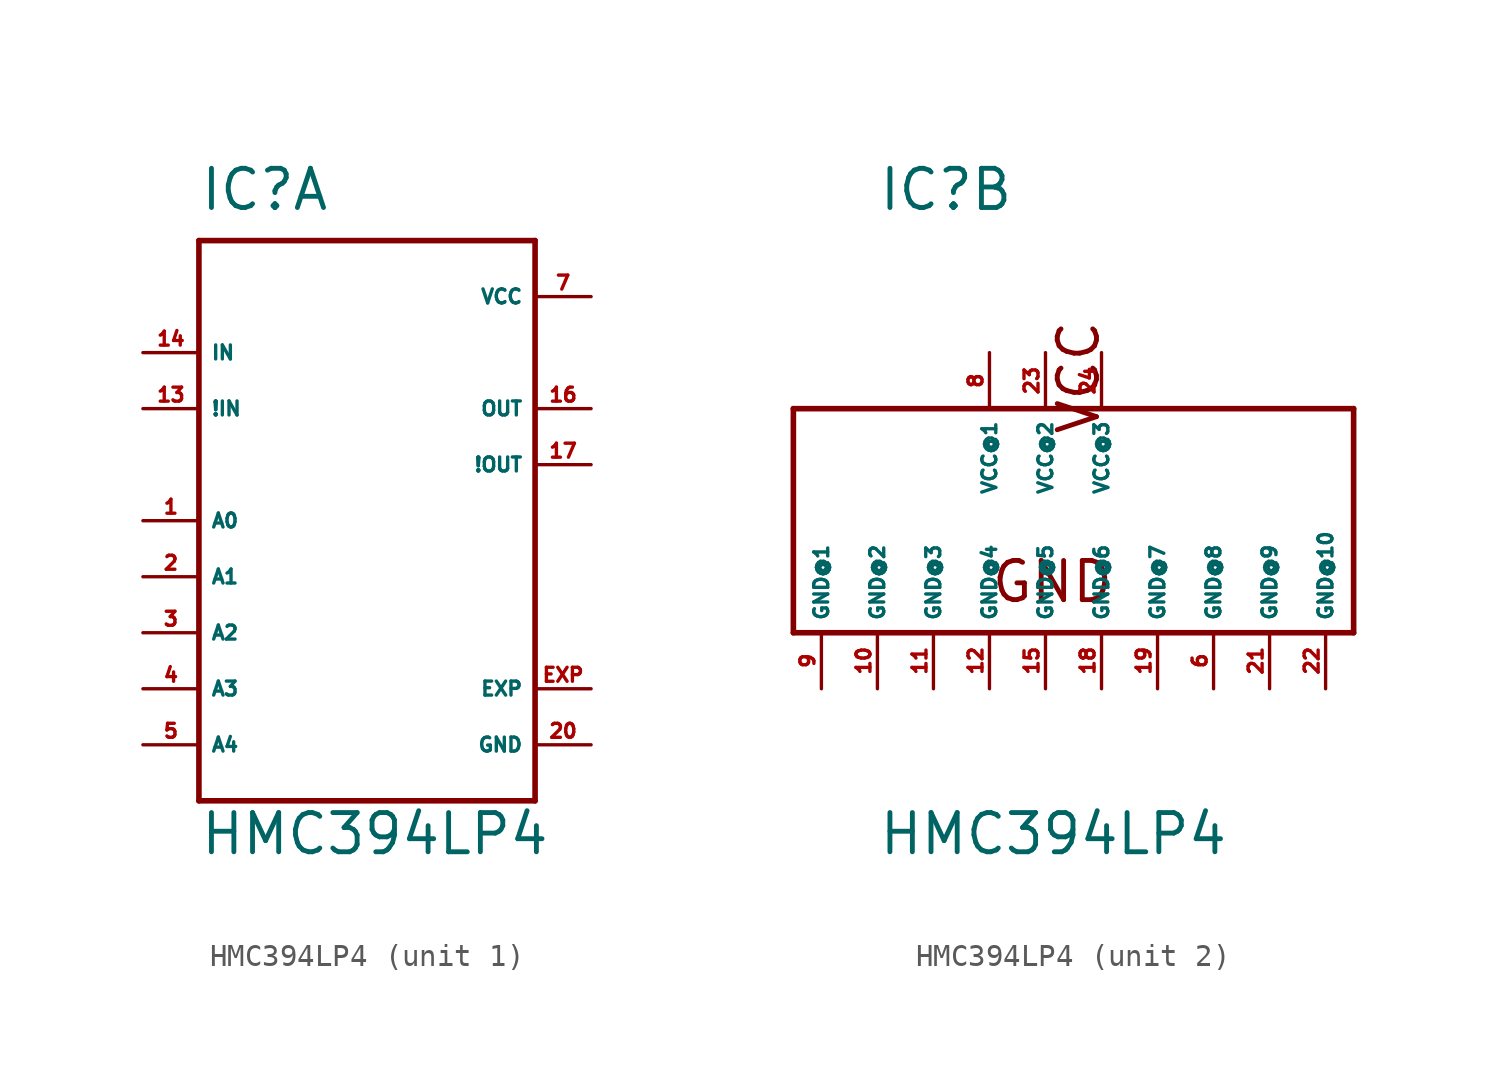
<source format=kicad_sym>
(kicad_symbol_lib
  (version 20220914)
  (generator Eagle2Kicad)
  (symbol "HMC394LP4"
    (property "Reference" "IC"
      (at -7.62 13.97 0)
      (effects (font (size 1.778 1.778) (thickness 0.22)) (justify left bottom)))
    (property "Value" "HMC394LP4"
      (at -7.62 -15.24 0)
      (effects (font (size 1.778 1.778) (thickness 0.22)) (justify left bottom)))
    (symbol "HMC394LP4_1_0"
      (polyline (pts (xy -7.62 12.7) (xy 7.62 12.7)) (stroke (width 0.254) (type default)) (fill (type none)))
      (polyline (pts (xy 7.62 12.7) (xy 7.62 -12.7)) (stroke (width 0.254) (type default)) (fill (type none)))
      (polyline (pts (xy 7.62 -12.7) (xy -7.62 -12.7)) (stroke (width 0.254) (type default)) (fill (type none)))
      (polyline (pts (xy -7.62 -12.7) (xy -7.62 12.7)) (stroke (width 0.254) (type default)) (fill (type none)))
      (pin input line (at -10.16 0 0) (length 2.54) (name "A0" (effects (font (size 0.635 0.635) (thickness 0.08)) (justify left bottom))) (number "1" (effects (font (size 0.635 0.635) (thickness 0.08)) (justify left bottom))))
      (pin input line (at -10.16 -2.54 0) (length 2.54) (name "A1" (effects (font (size 0.635 0.635) (thickness 0.08)) (justify left bottom))) (number "2" (effects (font (size 0.635 0.635) (thickness 0.08)) (justify left bottom))))
      (pin input line (at -10.16 -5.08 0) (length 2.54) (name "A2" (effects (font (size 0.635 0.635) (thickness 0.08)) (justify left bottom))) (number "3" (effects (font (size 0.635 0.635) (thickness 0.08)) (justify left bottom))))
      (pin input line (at -10.16 -7.62 0) (length 2.54) (name "A3" (effects (font (size 0.635 0.635) (thickness 0.08)) (justify left bottom))) (number "4" (effects (font (size 0.635 0.635) (thickness 0.08)) (justify left bottom))))
      (pin input line (at -10.16 7.62 0) (length 2.54) (name "IN" (effects (font (size 0.635 0.635) (thickness 0.08)) (justify left bottom))) (number "14" (effects (font (size 0.635 0.635) (thickness 0.08)) (justify left bottom))))
      (pin input line (at -10.16 5.08 0) (length 2.54) (name "!IN" (effects (font (size 0.635 0.635) (thickness 0.08)) (justify left bottom))) (number "13" (effects (font (size 0.635 0.635) (thickness 0.08)) (justify left bottom))))
      (pin output line (at 10.16 5.08 180) (length 2.54) (name "OUT" (effects (font (size 0.635 0.635) (thickness 0.08)) (justify left bottom))) (number "16" (effects (font (size 0.635 0.635) (thickness 0.08)) (justify left bottom))))
      (pin output line (at 10.16 2.54 180) (length 2.54) (name "!OUT" (effects (font (size 0.635 0.635) (thickness 0.08)) (justify left bottom))) (number "17" (effects (font (size 0.635 0.635) (thickness 0.08)) (justify left bottom))))
      (pin input line (at -10.16 -10.16 0) (length 2.54) (name "A4" (effects (font (size 0.635 0.635) (thickness 0.08)) (justify left bottom))) (number "5" (effects (font (size 0.635 0.635) (thickness 0.08)) (justify left bottom))))
      (pin unspecified line (at 10.16 10.16 180) (length 2.54) (name "VCC" (effects (font (size 0.635 0.635) (thickness 0.08)) (justify left bottom))) (number "7" (effects (font (size 0.635 0.635) (thickness 0.08)) (justify left bottom))))
      (pin unspecified line (at 10.16 -10.16 180) (length 2.54) (name "GND" (effects (font (size 0.635 0.635) (thickness 0.08)) (justify left bottom))) (number "20" (effects (font (size 0.635 0.635) (thickness 0.08)) (justify left bottom))))
      (pin passive line (at 10.16 -7.62 180) (length 2.54) (name "EXP" (effects (font (size 0.635 0.635) (thickness 0.08)) (justify left bottom))) (number "EXP" (effects (font (size 0.635 0.635) (thickness 0.08)) (justify left bottom)))))
    (symbol "HMC394LP4_2_0"
      (polyline (pts (xy -11.43 -5.08) (xy -11.43 5.08)) (stroke (width 0.254) (type default)) (fill (type none)))
      (polyline (pts (xy -11.43 5.08) (xy 13.97 5.08)) (stroke (width 0.254) (type default)) (fill (type none)))
      (polyline (pts (xy 13.97 5.08) (xy 13.97 -5.08)) (stroke (width 0.254) (type default)) (fill (type none)))
      (polyline (pts (xy 13.97 -5.08) (xy -11.43 -5.08)) (stroke (width 0.254) (type default)) (fill (type none)))
      (text "VCC" (at 2.54 3.81 1800) (effects (font (size 1.778 1.778) (thickness 0.22)) (justify left bottom)))
      (text "GND" (at -2.54 -3.81 0) (effects (font (size 1.778 1.778) (thickness 0.22)) (justify left bottom)))
      (pin unspecified line (at -2.54 7.62 270) (length 2.54) (name "VCC@1" (effects (font (size 0.635 0.635) (thickness 0.08)) (justify left bottom))) (number "8" (effects (font (size 0.635 0.635) (thickness 0.08)) (justify left bottom))))
      (pin unspecified line (at 0 7.62 270) (length 2.54) (name "VCC@2" (effects (font (size 0.635 0.635) (thickness 0.08)) (justify left bottom))) (number "23" (effects (font (size 0.635 0.635) (thickness 0.08)) (justify left bottom))))
      (pin unspecified line (at 2.54 7.62 270) (length 2.54) (name "VCC@3" (effects (font (size 0.635 0.635) (thickness 0.08)) (justify left bottom))) (number "24" (effects (font (size 0.635 0.635) (thickness 0.08)) (justify left bottom))))
      (pin unspecified line (at -10.16 -7.62 90) (length 2.54) (name "GND@1" (effects (font (size 0.635 0.635) (thickness 0.08)) (justify left bottom))) (number "9" (effects (font (size 0.635 0.635) (thickness 0.08)) (justify left bottom))))
      (pin unspecified line (at -7.62 -7.62 90) (length 2.54) (name "GND@2" (effects (font (size 0.635 0.635) (thickness 0.08)) (justify left bottom))) (number "10" (effects (font (size 0.635 0.635) (thickness 0.08)) (justify left bottom))))
      (pin unspecified line (at -5.08 -7.62 90) (length 2.54) (name "GND@3" (effects (font (size 0.635 0.635) (thickness 0.08)) (justify left bottom))) (number "11" (effects (font (size 0.635 0.635) (thickness 0.08)) (justify left bottom))))
      (pin unspecified line (at -2.54 -7.62 90) (length 2.54) (name "GND@4" (effects (font (size 0.635 0.635) (thickness 0.08)) (justify left bottom))) (number "12" (effects (font (size 0.635 0.635) (thickness 0.08)) (justify left bottom))))
      (pin unspecified line (at 0 -7.62 90) (length 2.54) (name "GND@5" (effects (font (size 0.635 0.635) (thickness 0.08)) (justify left bottom))) (number "15" (effects (font (size 0.635 0.635) (thickness 0.08)) (justify left bottom))))
      (pin unspecified line (at 2.54 -7.62 90) (length 2.54) (name "GND@6" (effects (font (size 0.635 0.635) (thickness 0.08)) (justify left bottom))) (number "18" (effects (font (size 0.635 0.635) (thickness 0.08)) (justify left bottom))))
      (pin unspecified line (at 5.08 -7.62 90) (length 2.54) (name "GND@7" (effects (font (size 0.635 0.635) (thickness 0.08)) (justify left bottom))) (number "19" (effects (font (size 0.635 0.635) (thickness 0.08)) (justify left bottom))))
      (pin unspecified line (at 7.62 -7.62 90) (length 2.54) (name "GND@8" (effects (font (size 0.635 0.635) (thickness 0.08)) (justify left bottom))) (number "6" (effects (font (size 0.635 0.635) (thickness 0.08)) (justify left bottom))))
      (pin unspecified line (at 10.16 -7.62 90) (length 2.54) (name "GND@9" (effects (font (size 0.635 0.635) (thickness 0.08)) (justify left bottom))) (number "21" (effects (font (size 0.635 0.635) (thickness 0.08)) (justify left bottom))))
      (pin unspecified line (at 12.7 -7.62 90) (length 2.54) (name "GND@10" (effects (font (size 0.635 0.635) (thickness 0.08)) (justify left bottom))) (number "22" (effects (font (size 0.635 0.635) (thickness 0.08)) (justify left bottom)))))))
</source>
